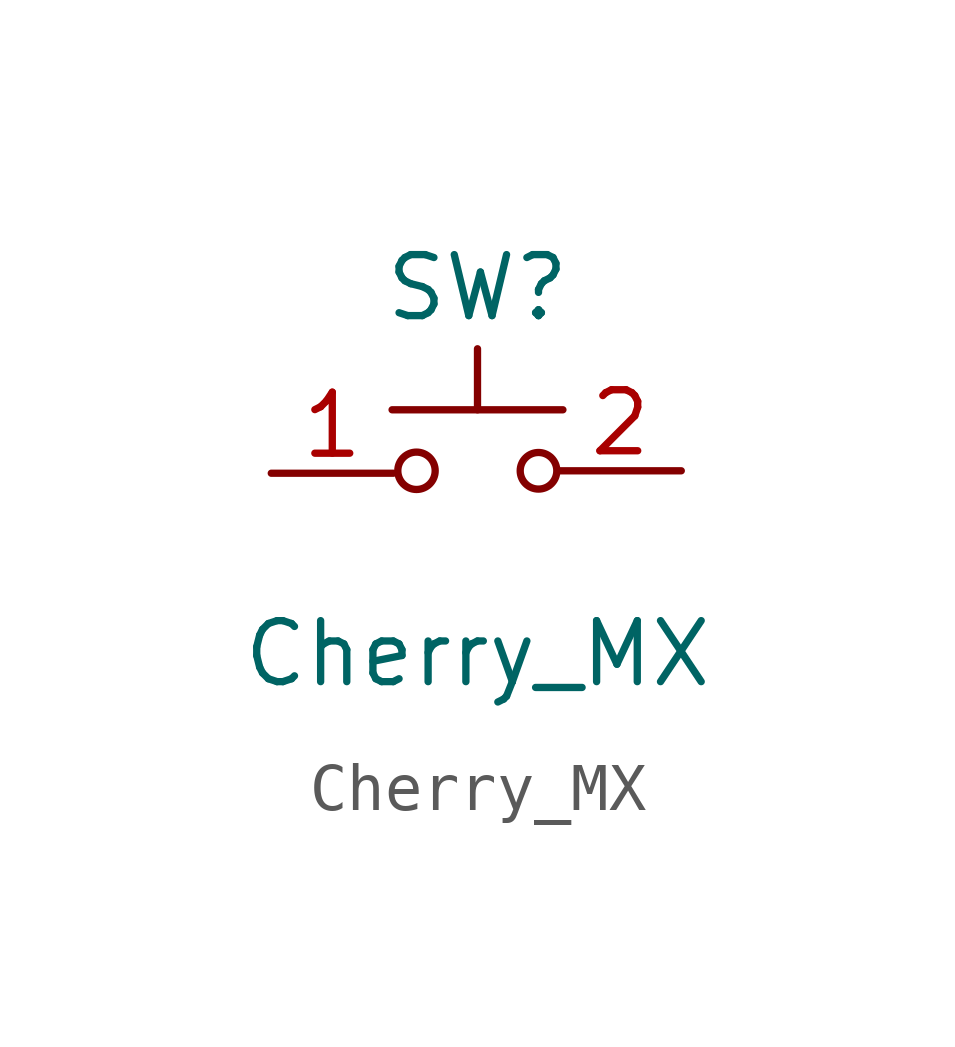
<source format=kicad_sym>
(kicad_symbol_lib
  (version 20211014)
  (generator kicad_symbol_editor)
  (symbol "Cherry_MX"
    (property "Reference" "SW"
      (at 0 3.81 0)
      (effects (font (size 1.27 1.27))))
    (property "Value" "Cherry_MX"
      (at 0 -3.81 0)
      (effects (font (size 1.27 1.27))))
    (symbol "Cherry_MX_0_1"
      (circle (center -1.27 0) (radius 0.389) (stroke (width 0) (type default) (color 0 0 0 0)) (fill (type none)))
      (polyline (pts (xy -1.778 1.27) (xy 1.778 1.27)) (stroke (width 0) (type default) (color 0 0 0 0)) (fill (type none)))
      (polyline (pts (xy 0 1.27) (xy 0 2.54)) (stroke (width 0) (type default) (color 0 0 0 0)) (fill (type none)))
      (circle (center 1.27 0) (radius 0.381) (stroke (width 0) (type default) (color 0 0 0 0)) (fill (type none))))
    (symbol "Cherry_MX_1_1"
      (pin input line (at -4.293 -0.051 0) (length 2.54) (name "" (effects (font (size 1.27 1.27)))) (number "1" (effects (font (size 1.27 1.27)))))
      (pin output line (at 4.242 0 180) (length 2.54) (name "" (effects (font (size 1.27 1.27)))) (number "2" (effects (font (size 1.27 1.27))))))))
</source>
